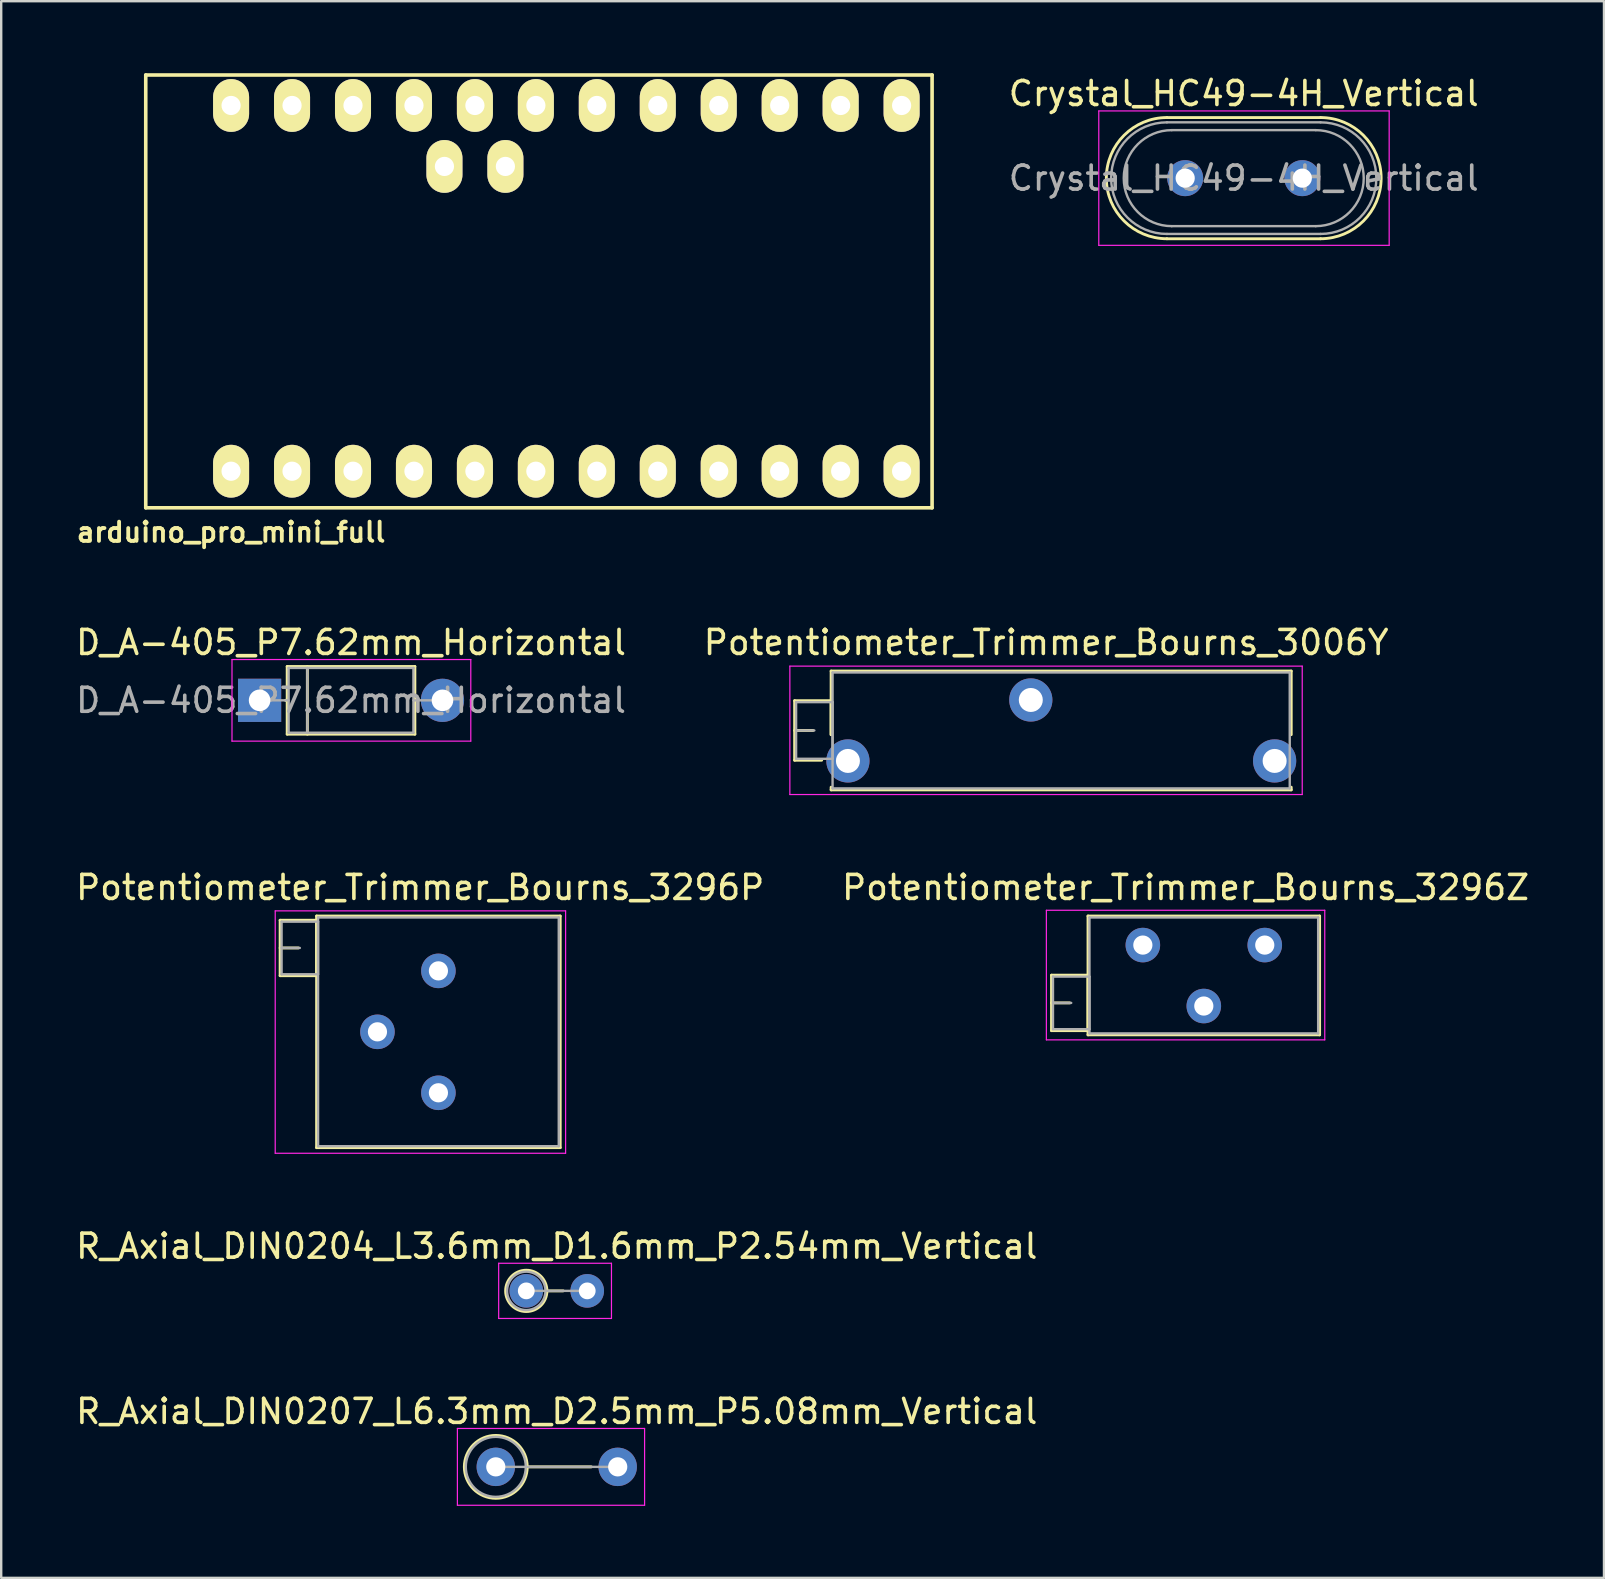
<source format=kicad_pcb>
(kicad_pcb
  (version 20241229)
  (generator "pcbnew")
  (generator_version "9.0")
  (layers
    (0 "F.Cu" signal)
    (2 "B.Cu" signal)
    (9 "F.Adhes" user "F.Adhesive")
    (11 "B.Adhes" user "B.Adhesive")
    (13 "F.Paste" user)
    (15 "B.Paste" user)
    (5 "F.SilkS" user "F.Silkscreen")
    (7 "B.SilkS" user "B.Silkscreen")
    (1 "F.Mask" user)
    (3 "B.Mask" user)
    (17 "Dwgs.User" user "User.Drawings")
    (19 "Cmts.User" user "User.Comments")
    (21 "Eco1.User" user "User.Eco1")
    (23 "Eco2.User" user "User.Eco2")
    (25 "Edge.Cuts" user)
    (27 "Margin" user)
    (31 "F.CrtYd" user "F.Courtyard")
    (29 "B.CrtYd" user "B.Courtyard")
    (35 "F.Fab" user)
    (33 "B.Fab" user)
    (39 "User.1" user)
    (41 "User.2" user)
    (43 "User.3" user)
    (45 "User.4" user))
  (footprint "Potentiometer_Trimmer_Bourns_3296Z"
    (layer "F.Cu")
    (at 49.651 36.33)
    (property "Reference" "Potentiometer_Trimmer_Bourns_3296Z" (at -3.3 -2.4 0) (layer "F.SilkS") (effects (font (size 1 1) (thickness 0.15))))
    (attr through_hole)
    (fp_line (start -8.885 1.255) (end -8.885 3.565) (stroke (width 0.12) (type solid)) (layer "F.SilkS"))
    (fp_line (start -8.885 1.255) (end -7.366 1.255) (stroke (width 0.12) (type solid)) (layer "F.SilkS"))
    (fp_line (start -8.885 2.41) (end -8.125 2.41) (stroke (width 0.12) (type solid)) (layer "F.SilkS"))
    (fp_line (start -8.885 3.565) (end -7.366 3.565) (stroke (width 0.12) (type solid)) (layer "F.SilkS"))
    (fp_line (start -7.366 1.255) (end -7.366 3.565) (stroke (width 0.12) (type solid)) (layer "F.SilkS"))
    (fp_line (start -7.365 -1.21) (end -7.365 3.741) (stroke (width 0.12) (type solid)) (layer "F.SilkS"))
    (fp_line (start -7.365 -1.21) (end 2.285 -1.21) (stroke (width 0.12) (type solid)) (layer "F.SilkS"))
    (fp_line (start -7.365 3.741) (end 2.285 3.741) (stroke (width 0.12) (type solid)) (layer "F.SilkS"))
    (fp_line (start 2.285 -1.21) (end 2.285 3.741) (stroke (width 0.12) (type solid)) (layer "F.SilkS"))
    (fp_line (start -9.1 -1.45) (end -9.1 3.95) (stroke (width 0.05) (type solid)) (layer "F.CrtYd"))
    (fp_line (start -9.1 3.95) (end 2.5 3.95) (stroke (width 0.05) (type solid)) (layer "F.CrtYd"))
    (fp_line (start 2.5 -1.45) (end -9.1 -1.45) (stroke (width 0.05) (type solid)) (layer "F.CrtYd"))
    (fp_line (start 2.5 3.95) (end 2.5 -1.45) (stroke (width 0.05) (type solid)) (layer "F.CrtYd"))
    (fp_line (start -8.825 1.315) (end -8.825 3.505) (stroke (width 0.1) (type solid)) (layer "F.Fab"))
    (fp_line (start -8.825 2.41) (end -8.065 2.41) (stroke (width 0.1) (type solid)) (layer "F.Fab"))
    (fp_line (start -8.825 3.505) (end -7.305 3.505) (stroke (width 0.1) (type solid)) (layer "F.Fab"))
    (fp_line (start -7.305 -1.15) (end -7.305 3.68) (stroke (width 0.1) (type solid)) (layer "F.Fab"))
    (fp_line (start -7.305 1.315) (end -8.825 1.315) (stroke (width 0.1) (type solid)) (layer "F.Fab"))
    (fp_line (start -7.305 3.505) (end -7.305 1.315) (stroke (width 0.1) (type solid)) (layer "F.Fab"))
    (fp_line (start -7.305 3.68) (end 2.225 3.68) (stroke (width 0.1) (type solid)) (layer "F.Fab"))
    (fp_line (start 2.225 -1.15) (end -7.305 -1.15) (stroke (width 0.1) (type solid)) (layer "F.Fab"))
    (fp_line (start 2.225 3.68) (end 2.225 -1.15) (stroke (width 0.1) (type solid)) (layer "F.Fab"))
    (pad "1" thru_hole circle (at 0 0) (size 1.44 1.44) (drill 0.8) (layers "*.Cu" "*.Mask"))
    (pad "2" thru_hole circle (at -2.54 2.54) (size 1.44 1.44) (drill 0.8) (layers "*.Cu" "*.Mask"))
    (pad "3" thru_hole circle (at -5.08 0) (size 1.44 1.44) (drill 0.8) (layers "*.Cu" "*.Mask")))
  (footprint "arduino_pro_mini_full"
    (layer "F.Cu")
    (at 20.549 8.965)
    (property "Reference" "arduino_pro_mini_full" (at -13.97 10.16 0) (layer "F.SilkS") (effects (font (size 0.8 0.8) (thickness 0.16))))
    (attr through_hole)
    (fp_line (start -17.526 -8.89) (end -17.526 9.144) (stroke (width 0.15) (type solid)) (layer "F.SilkS"))
    (fp_line (start -17.526 -8.89) (end 15.24 -8.89) (stroke (width 0.15) (type solid)) (layer "F.SilkS"))
    (fp_line (start 15.24 9.144) (end -17.526 9.144) (stroke (width 0.15) (type solid)) (layer "F.SilkS"))
    (fp_line (start 15.24 9.144) (end 15.24 -8.89) (stroke (width 0.15) (type solid)) (layer "F.SilkS"))
    (pad "1" thru_hole oval (at -13.97 7.62) (size 1.501 2.2) (drill 0.8) (layers "*.Cu" "*.Mask" "F.SilkS"))
    (pad "2" thru_hole oval (at -11.43 7.62) (size 1.501 2.2) (drill 0.8) (layers "*.Cu" "*.Mask" "F.SilkS"))
    (pad "3" thru_hole oval (at -8.89 7.62) (size 1.501 2.2) (drill 0.8) (layers "*.Cu" "*.Mask" "F.SilkS"))
    (pad "4" thru_hole oval (at -6.35 7.62) (size 1.501 2.2) (drill 0.8) (layers "*.Cu" "*.Mask" "F.SilkS"))
    (pad "5" thru_hole oval (at -3.81 7.62) (size 1.501 2.2) (drill 0.8) (layers "*.Cu" "*.Mask" "F.SilkS"))
    (pad "6" thru_hole oval (at -1.27 7.62) (size 1.501 2.2) (drill 0.8) (layers "*.Cu" "*.Mask" "F.SilkS"))
    (pad "7" thru_hole oval (at 1.27 7.62) (size 1.501 2.2) (drill 0.8) (layers "*.Cu" "*.Mask" "F.SilkS"))
    (pad "8" thru_hole oval (at 3.81 7.62) (size 1.501 2.2) (drill 0.8) (layers "*.Cu" "*.Mask" "F.SilkS"))
    (pad "9" thru_hole oval (at 6.35 7.62) (size 1.501 2.2) (drill 0.8) (layers "*.Cu" "*.Mask" "F.SilkS"))
    (pad "10" thru_hole oval (at 8.89 7.62) (size 1.501 2.2) (drill 0.8) (layers "*.Cu" "*.Mask" "F.SilkS"))
    (pad "11" thru_hole oval (at 11.43 7.62) (size 1.501 2.2) (drill 0.8) (layers "*.Cu" "*.Mask" "F.SilkS"))
    (pad "12" thru_hole oval (at 13.97 7.62) (size 1.501 2.2) (drill 0.8) (layers "*.Cu" "*.Mask" "F.SilkS"))
    (pad "13" thru_hole oval (at 13.97 -7.62) (size 1.501 2.2) (drill 0.8) (layers "*.Cu" "*.Mask" "F.SilkS"))
    (pad "14" thru_hole oval (at 11.43 -7.62) (size 1.501 2.2) (drill 0.8) (layers "*.Cu" "*.Mask" "F.SilkS"))
    (pad "15" thru_hole oval (at 8.89 -7.62) (size 1.501 2.2) (drill 0.8) (layers "*.Cu" "*.Mask" "F.SilkS"))
    (pad "16" thru_hole oval (at 6.35 -7.62) (size 1.501 2.2) (drill 0.8) (layers "*.Cu" "*.Mask" "F.SilkS"))
    (pad "17" thru_hole oval (at 3.81 -7.62) (size 1.501 2.2) (drill 0.8) (layers "*.Cu" "*.Mask" "F.SilkS"))
    (pad "18" thru_hole oval (at 1.27 -7.62) (size 1.501 2.2) (drill 0.8) (layers "*.Cu" "*.Mask" "F.SilkS"))
    (pad "19" thru_hole oval (at -1.27 -7.62) (size 1.501 2.2) (drill 0.8) (layers "*.Cu" "*.Mask" "F.SilkS"))
    (pad "20" thru_hole oval (at -3.81 -7.62) (size 1.501 2.2) (drill 0.8) (layers "*.Cu" "*.Mask" "F.SilkS"))
    (pad "21" thru_hole oval (at -6.35 -7.62) (size 1.501 2.2) (drill 0.8) (layers "*.Cu" "*.Mask" "F.SilkS"))
    (pad "22" thru_hole oval (at -8.89 -7.62) (size 1.501 2.2) (drill 0.8) (layers "*.Cu" "*.Mask" "F.SilkS"))
    (pad "23" thru_hole oval (at -11.43 -7.62) (size 1.501 2.2) (drill 0.8) (layers "*.Cu" "*.Mask" "F.SilkS"))
    (pad "24" thru_hole oval (at -13.97 -7.62) (size 1.501 2.2) (drill 0.8) (layers "*.Cu" "*.Mask" "F.SilkS"))
    (pad "25" thru_hole oval (at -2.54 -5.08) (size 1.501 2.2) (drill 0.8) (layers "*.Cu" "*.Mask" "F.SilkS"))
    (pad "26" thru_hole oval (at -5.08 -5.08) (size 1.501 2.2) (drill 0.8) (layers "*.Cu" "*.Mask" "F.SilkS")))
  (footprint "Potentiometer_Trimmer_Bourns_3006Y"
    (layer "F.Cu")
    (at 50.062 28.657)
    (property "Reference" "Potentiometer_Trimmer_Bourns_3006Y" (at -9.52 -4.935 0) (layer "F.SilkS") (effects (font (size 1 1) (thickness 0.15))))
    (attr through_hole)
    (fp_line (start -20 -2.51) (end -20 -0.03) (stroke (width 0.12) (type solid)) (layer "F.SilkS"))
    (fp_line (start -20 -2.51) (end -18.481 -2.51) (stroke (width 0.12) (type solid)) (layer "F.SilkS"))
    (fp_line (start -20 -1.27) (end -19.24 -1.27) (stroke (width 0.12) (type solid)) (layer "F.SilkS"))
    (fp_line (start -20 -0.03) (end -18.875 -0.03) (stroke (width 0.12) (type solid)) (layer "F.SilkS"))
    (fp_line (start -18.481 -2.51) (end -18.481 -1.095) (stroke (width 0.12) (type solid)) (layer "F.SilkS"))
    (fp_line (start -18.48 -3.745) (end -18.48 -1.095) (stroke (width 0.12) (type solid)) (layer "F.SilkS"))
    (fp_line (start -18.48 -3.745) (end 0.691 -3.745) (stroke (width 0.12) (type solid)) (layer "F.SilkS"))
    (fp_line (start -18.48 1.095) (end -18.48 1.206) (stroke (width 0.12) (type solid)) (layer "F.SilkS"))
    (fp_line (start -18.48 1.206) (end 0.691 1.206) (stroke (width 0.12) (type solid)) (layer "F.SilkS"))
    (fp_line (start 0.691 -3.745) (end 0.691 -1.095) (stroke (width 0.12) (type solid)) (layer "F.SilkS"))
    (fp_line (start 0.691 1.095) (end 0.691 1.206) (stroke (width 0.12) (type solid)) (layer "F.SilkS"))
    (fp_line (start -20.2 -3.95) (end -20.2 1.4) (stroke (width 0.05) (type solid)) (layer "F.CrtYd"))
    (fp_line (start -20.2 1.4) (end 1.15 1.4) (stroke (width 0.05) (type solid)) (layer "F.CrtYd"))
    (fp_line (start 1.15 -3.95) (end -20.2 -3.95) (stroke (width 0.05) (type solid)) (layer "F.CrtYd"))
    (fp_line (start 1.15 1.4) (end 1.15 -3.95) (stroke (width 0.05) (type solid)) (layer "F.CrtYd"))
    (fp_line (start -19.94 -2.45) (end -19.94 -0.09) (stroke (width 0.1) (type solid)) (layer "F.Fab"))
    (fp_line (start -19.94 -1.27) (end -19.18 -1.27) (stroke (width 0.1) (type solid)) (layer "F.Fab"))
    (fp_line (start -19.94 -0.09) (end -18.42 -0.09) (stroke (width 0.1) (type solid)) (layer "F.Fab"))
    (fp_line (start -18.42 -3.685) (end -18.42 1.145) (stroke (width 0.1) (type solid)) (layer "F.Fab"))
    (fp_line (start -18.42 -2.45) (end -19.94 -2.45) (stroke (width 0.1) (type solid)) (layer "F.Fab"))
    (fp_line (start -18.42 -0.09) (end -18.42 -2.45) (stroke (width 0.1) (type solid)) (layer "F.Fab"))
    (fp_line (start -18.42 1.145) (end 0.63 1.145) (stroke (width 0.1) (type solid)) (layer "F.Fab"))
    (fp_line (start 0.63 -3.685) (end -18.42 -3.685) (stroke (width 0.1) (type solid)) (layer "F.Fab"))
    (fp_line (start 0.63 1.145) (end 0.63 -3.685) (stroke (width 0.1) (type solid)) (layer "F.Fab"))
    (pad "1" thru_hole circle (at 0 0) (size 1.8 1.8) (drill 1) (layers "*.Cu" "*.Mask"))
    (pad "2" thru_hole circle (at -10.16 -2.54) (size 1.8 1.8) (drill 1) (layers "*.Cu" "*.Mask"))
    (pad "3" thru_hole circle (at -17.78 0) (size 1.8 1.8) (drill 1) (layers "*.Cu" "*.Mask")))
  (footprint "R_Axial_DIN0207_L6.3mm_D2.5mm_P5.08mm_Vertical"
    (layer "F.Cu")
    (at 17.609 58.072)
    (property "Reference" "R_Axial_DIN0207_L6.3mm_D2.5mm_P5.08mm_Vertical" (at 2.54 -2.31 0) (layer "F.SilkS") (effects (font (size 1 1) (thickness 0.15))))
    (attr through_hole)
    (fp_line (start 1.31 0) (end 3.98 0) (stroke (width 0.12) (type solid)) (layer "F.SilkS"))
    (fp_circle (center 0 0) (end 1.31 0) (stroke (width 0.12) (type solid)) (fill no) (layer "F.SilkS"))
    (fp_line (start -1.6 -1.6) (end -1.6 1.6) (stroke (width 0.05) (type solid)) (layer "F.CrtYd"))
    (fp_line (start -1.6 1.6) (end 6.2 1.6) (stroke (width 0.05) (type solid)) (layer "F.CrtYd"))
    (fp_line (start 6.2 -1.6) (end -1.6 -1.6) (stroke (width 0.05) (type solid)) (layer "F.CrtYd"))
    (fp_line (start 6.2 1.6) (end 6.2 -1.6) (stroke (width 0.05) (type solid)) (layer "F.CrtYd"))
    (fp_line (start 0 0) (end 5.08 0) (stroke (width 0.1) (type solid)) (layer "F.Fab"))
    (fp_circle (center 0 0) (end 1.25 0) (stroke (width 0.1) (type solid)) (fill no) (layer "F.Fab"))
    (pad "1" thru_hole circle (at 0 0) (size 1.6 1.6) (drill 0.8) (layers "*.Cu" "*.Mask"))
    (pad "2" thru_hole oval (at 5.08 0) (size 1.6 1.6) (drill 0.8) (layers "*.Cu" "*.Mask")))
  (footprint "Potentiometer_Trimmer_Bourns_3296P"
    (layer "F.Cu")
    (at 15.218 37.405)
    (property "Reference" "Potentiometer_Trimmer_Bourns_3296P" (at -0.76 -3.475 0) (layer "F.SilkS") (effects (font (size 1 1) (thickness 0.15))))
    (attr through_hole)
    (fp_line (start -6.595 -2.109) (end -6.595 0.2) (stroke (width 0.12) (type solid)) (layer "F.SilkS"))
    (fp_line (start -6.595 -2.109) (end -5.076 -2.109) (stroke (width 0.12) (type solid)) (layer "F.SilkS"))
    (fp_line (start -6.595 -0.955) (end -5.835 -0.955) (stroke (width 0.12) (type solid)) (layer "F.SilkS"))
    (fp_line (start -6.595 0.2) (end -5.076 0.2) (stroke (width 0.12) (type solid)) (layer "F.SilkS"))
    (fp_line (start -5.076 -2.109) (end -5.076 0.2) (stroke (width 0.12) (type solid)) (layer "F.SilkS"))
    (fp_line (start -5.075 -2.285) (end -5.075 7.365) (stroke (width 0.12) (type solid)) (layer "F.SilkS"))
    (fp_line (start -5.075 -2.285) (end 5.075 -2.285) (stroke (width 0.12) (type solid)) (layer "F.SilkS"))
    (fp_line (start -5.075 7.365) (end 5.075 7.365) (stroke (width 0.12) (type solid)) (layer "F.SilkS"))
    (fp_line (start 5.075 -2.285) (end 5.075 7.365) (stroke (width 0.12) (type solid)) (layer "F.SilkS"))
    (fp_line (start -6.8 -2.5) (end -6.8 7.6) (stroke (width 0.05) (type solid)) (layer "F.CrtYd"))
    (fp_line (start -6.8 7.6) (end 5.3 7.6) (stroke (width 0.05) (type solid)) (layer "F.CrtYd"))
    (fp_line (start 5.3 -2.5) (end -6.8 -2.5) (stroke (width 0.05) (type solid)) (layer "F.CrtYd"))
    (fp_line (start 5.3 7.6) (end 5.3 -2.5) (stroke (width 0.05) (type solid)) (layer "F.CrtYd"))
    (fp_line (start -6.535 -2.05) (end -6.535 0.14) (stroke (width 0.1) (type solid)) (layer "F.Fab"))
    (fp_line (start -6.535 -0.955) (end -5.775 -0.955) (stroke (width 0.1) (type solid)) (layer "F.Fab"))
    (fp_line (start -6.535 0.14) (end -5.015 0.14) (stroke (width 0.1) (type solid)) (layer "F.Fab"))
    (fp_line (start -5.015 -2.225) (end -5.015 7.305) (stroke (width 0.1) (type solid)) (layer "F.Fab"))
    (fp_line (start -5.015 -2.05) (end -6.535 -2.05) (stroke (width 0.1) (type solid)) (layer "F.Fab"))
    (fp_line (start -5.015 0.14) (end -5.015 -2.05) (stroke (width 0.1) (type solid)) (layer "F.Fab"))
    (fp_line (start -5.015 7.305) (end 5.015 7.305) (stroke (width 0.1) (type solid)) (layer "F.Fab"))
    (fp_line (start 5.015 -2.225) (end -5.015 -2.225) (stroke (width 0.1) (type solid)) (layer "F.Fab"))
    (fp_line (start 5.015 7.305) (end 5.015 -2.225) (stroke (width 0.1) (type solid)) (layer "F.Fab"))
    (pad "1" thru_hole circle (at 0 0) (size 1.44 1.44) (drill 0.8) (layers "*.Cu" "*.Mask"))
    (pad "2" thru_hole circle (at -2.54 2.54) (size 1.44 1.44) (drill 0.8) (layers "*.Cu" "*.Mask"))
    (pad "3" thru_hole circle (at 0 5.08) (size 1.44 1.44) (drill 0.8) (layers "*.Cu" "*.Mask")))
  (footprint "D_A-405_P7.62mm_Horizontal"
    (layer "F.Cu")
    (at 7.767 26.132)
    (property "Reference" "D_A-405_P7.62mm_Horizontal" (at 3.81 -2.41 0) (layer "F.SilkS") (effects (font (size 1 1) (thickness 0.15))))
    (attr through_hole)
    (fp_line (start 1.08 0) (end 1.15 0) (stroke (width 0.12) (type solid)) (layer "F.SilkS"))
    (fp_line (start 1.15 -1.41) (end 1.15 1.41) (stroke (width 0.12) (type solid)) (layer "F.SilkS"))
    (fp_line (start 1.15 1.41) (end 6.47 1.41) (stroke (width 0.12) (type solid)) (layer "F.SilkS"))
    (fp_line (start 1.99 -1.41) (end 1.99 1.41) (stroke (width 0.12) (type solid)) (layer "F.SilkS"))
    (fp_line (start 6.47 -1.41) (end 1.15 -1.41) (stroke (width 0.12) (type solid)) (layer "F.SilkS"))
    (fp_line (start 6.47 1.41) (end 6.47 -1.41) (stroke (width 0.12) (type solid)) (layer "F.SilkS"))
    (fp_line (start 6.54 0) (end 6.47 0) (stroke (width 0.12) (type solid)) (layer "F.SilkS"))
    (fp_line (start -1.15 -1.7) (end -1.15 1.7) (stroke (width 0.05) (type solid)) (layer "F.CrtYd"))
    (fp_line (start -1.15 1.7) (end 8.8 1.7) (stroke (width 0.05) (type solid)) (layer "F.CrtYd"))
    (fp_line (start 8.8 -1.7) (end -1.15 -1.7) (stroke (width 0.05) (type solid)) (layer "F.CrtYd"))
    (fp_line (start 8.8 1.7) (end 8.8 -1.7) (stroke (width 0.05) (type solid)) (layer "F.CrtYd"))
    (fp_line (start 0 0) (end 1.21 0) (stroke (width 0.1) (type solid)) (layer "F.Fab"))
    (fp_line (start 1.21 -1.35) (end 1.21 1.35) (stroke (width 0.1) (type solid)) (layer "F.Fab"))
    (fp_line (start 1.21 1.35) (end 6.41 1.35) (stroke (width 0.1) (type solid)) (layer "F.Fab"))
    (fp_line (start 1.99 -1.35) (end 1.99 1.35) (stroke (width 0.1) (type solid)) (layer "F.Fab"))
    (fp_line (start 6.41 -1.35) (end 1.21 -1.35) (stroke (width 0.1) (type solid)) (layer "F.Fab"))
    (fp_line (start 6.41 1.35) (end 6.41 -1.35) (stroke (width 0.1) (type solid)) (layer "F.Fab"))
    (fp_line (start 7.62 0) (end 6.41 0) (stroke (width 0.1) (type solid)) (layer "F.Fab"))
    (fp_text user "${REFERENCE}" (at 3.81 0 0) (layer "F.Fab") (effects (font (size 1 1) (thickness 0.15))))
    (pad "1" thru_hole rect (at 0 0) (size 1.8 1.8) (drill 0.9) (layers "*.Cu" "*.Mask"))
    (pad "2" thru_hole oval (at 7.62 0) (size 1.8 1.8) (drill 0.9) (layers "*.Cu" "*.Mask")))
  (footprint "R_Axial_DIN0204_L3.6mm_D1.6mm_P2.54mm_Vertical"
    (layer "F.Cu")
    (at 18.879 50.739)
    (property "Reference" "R_Axial_DIN0204_L3.6mm_D1.6mm_P2.54mm_Vertical" (at 1.27 -1.86 0) (layer "F.SilkS") (effects (font (size 1 1) (thickness 0.15))))
    (attr through_hole)
    (fp_line (start 0.86 0) (end 1.54 0) (stroke (width 0.12) (type solid)) (layer "F.SilkS"))
    (fp_circle (center 0 0) (end 0.86 0) (stroke (width 0.12) (type solid)) (fill no) (layer "F.SilkS"))
    (fp_line (start -1.15 -1.15) (end -1.15 1.15) (stroke (width 0.05) (type solid)) (layer "F.CrtYd"))
    (fp_line (start -1.15 1.15) (end 3.55 1.15) (stroke (width 0.05) (type solid)) (layer "F.CrtYd"))
    (fp_line (start 3.55 -1.15) (end -1.15 -1.15) (stroke (width 0.05) (type solid)) (layer "F.CrtYd"))
    (fp_line (start 3.55 1.15) (end 3.55 -1.15) (stroke (width 0.05) (type solid)) (layer "F.CrtYd"))
    (fp_line (start 0 0) (end 2.54 0) (stroke (width 0.1) (type solid)) (layer "F.Fab"))
    (fp_circle (center 0 0) (end 0.8 0) (stroke (width 0.1) (type solid)) (fill no) (layer "F.Fab"))
    (pad "1" thru_hole circle (at 0 0) (size 1.4 1.4) (drill 0.7) (layers "*.Cu" "*.Mask"))
    (pad "2" thru_hole oval (at 2.54 0) (size 1.4 1.4) (drill 0.7) (layers "*.Cu" "*.Mask")))
  (footprint "Crystal_HC49-4H_Vertical"
    (layer "F.Cu")
    (at 46.335 4.373)
    (property "Reference" "Crystal_HC49-4H_Vertical" (at 2.44 -3.525 0) (layer "F.SilkS") (effects (font (size 1 1) (thickness 0.15))))
    (attr through_hole)
    (fp_line (start -0.76 -2.525) (end 5.64 -2.525) (stroke (width 0.12) (type solid)) (layer "F.SilkS"))
    (fp_line (start -0.76 2.525) (end 5.64 2.525) (stroke (width 0.12) (type solid)) (layer "F.SilkS"))
    (fp_arc (start -0.76 2.525) (mid -3.285 0) (end -0.76 -2.525) (stroke (width 0.12) (type solid)) (layer "F.SilkS"))
    (fp_arc (start 5.64 -2.525) (mid 8.165 0) (end 5.64 2.525) (stroke (width 0.12) (type solid)) (layer "F.SilkS"))
    (fp_line (start -3.6 -2.8) (end -3.6 2.8) (stroke (width 0.05) (type solid)) (layer "F.CrtYd"))
    (fp_line (start -3.6 2.8) (end 8.5 2.8) (stroke (width 0.05) (type solid)) (layer "F.CrtYd"))
    (fp_line (start 8.5 -2.8) (end -3.6 -2.8) (stroke (width 0.05) (type solid)) (layer "F.CrtYd"))
    (fp_line (start 8.5 2.8) (end 8.5 -2.8) (stroke (width 0.05) (type solid)) (layer "F.CrtYd"))
    (fp_line (start -0.76 -2.325) (end 5.64 -2.325) (stroke (width 0.1) (type solid)) (layer "F.Fab"))
    (fp_line (start -0.76 2.325) (end 5.64 2.325) (stroke (width 0.1) (type solid)) (layer "F.Fab"))
    (fp_line (start -0.56 -2) (end 5.44 -2) (stroke (width 0.1) (type solid)) (layer "F.Fab"))
    (fp_line (start -0.56 2) (end 5.44 2) (stroke (width 0.1) (type solid)) (layer "F.Fab"))
    (fp_arc (start -0.76 2.325) (mid -3.085 0) (end -0.76 -2.325) (stroke (width 0.1) (type solid)) (layer "F.Fab"))
    (fp_arc (start -0.56 2) (mid -2.56 0) (end -0.56 -2) (stroke (width 0.1) (type solid)) (layer "F.Fab"))
    (fp_arc (start 5.44 -2) (mid 7.44 0) (end 5.44 2) (stroke (width 0.1) (type solid)) (layer "F.Fab"))
    (fp_arc (start 5.64 -2.325) (mid 7.965 0) (end 5.64 2.325) (stroke (width 0.1) (type solid)) (layer "F.Fab"))
    (fp_text user "${REFERENCE}" (at 2.44 0 0) (layer "F.Fab") (effects (font (size 1 1) (thickness 0.15))))
    (pad "1" thru_hole circle (at 0 0) (size 1.5 1.5) (drill 0.8) (layers "*.Cu" "*.Mask"))
    (pad "2" thru_hole circle (at 4.88 0) (size 1.5 1.5) (drill 0.8) (layers "*.Cu" "*.Mask")))
  (gr_rect
    (start -3 -3)
    (end 63.786 62.697)
    (stroke (width 0.1) (type default))
    (fill no)
    (layer "Edge.Cuts")))
</source>
